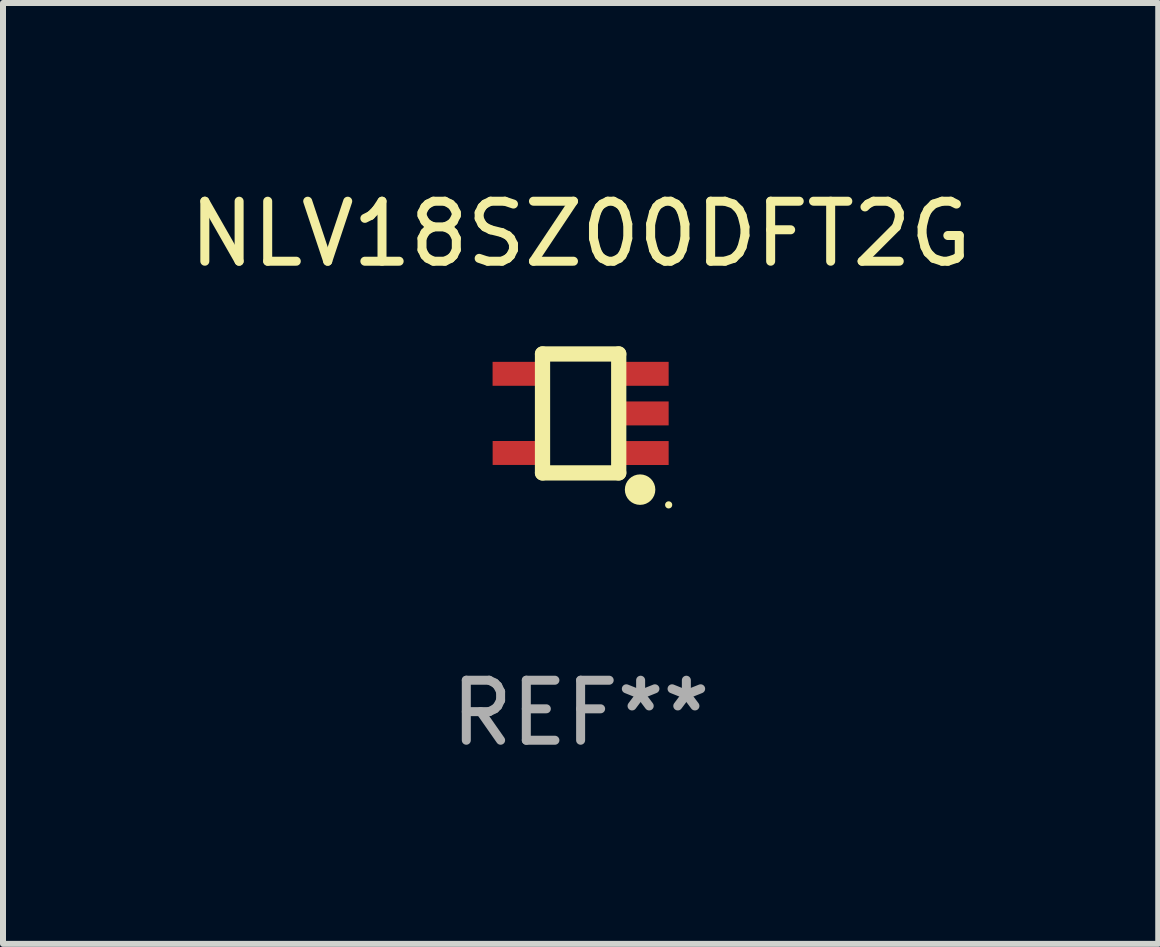
<source format=kicad_pcb>
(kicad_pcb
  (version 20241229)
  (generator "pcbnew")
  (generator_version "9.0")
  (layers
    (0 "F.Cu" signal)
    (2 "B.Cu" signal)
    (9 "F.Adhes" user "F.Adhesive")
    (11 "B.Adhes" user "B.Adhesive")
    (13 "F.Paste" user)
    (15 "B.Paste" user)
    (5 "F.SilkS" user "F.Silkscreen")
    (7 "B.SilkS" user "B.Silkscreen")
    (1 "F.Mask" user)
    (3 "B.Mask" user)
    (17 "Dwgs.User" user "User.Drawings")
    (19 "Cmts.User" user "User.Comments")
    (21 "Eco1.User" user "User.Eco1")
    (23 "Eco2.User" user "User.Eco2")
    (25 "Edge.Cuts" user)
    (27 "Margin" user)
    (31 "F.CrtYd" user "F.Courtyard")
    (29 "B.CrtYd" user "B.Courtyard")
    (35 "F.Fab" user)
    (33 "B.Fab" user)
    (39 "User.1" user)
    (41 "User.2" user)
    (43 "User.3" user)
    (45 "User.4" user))
  (footprint "NLV18SZ00DFT2G"
    (layer "F.Cu")
    (at 6.625 3.839)
    (property "Reference" "NLV18SZ00DFT2G" (at 0 -2.991 0) (layer "F.SilkS") (effects (font (size 1 1) (thickness 0.15))))
    (attr through_hole)
    (fp_line (start -0.635 -0.991) (end 0.635 -0.991) (stroke (width 0.254) (type solid)) (layer "F.SilkS"))
    (fp_line (start -0.635 0.991) (end -0.635 -0.991) (stroke (width 0.254) (type solid)) (layer "F.SilkS"))
    (fp_line (start 0.635 -0.991) (end 0.635 0.991) (stroke (width 0.254) (type solid)) (layer "F.SilkS"))
    (fp_line (start 0.635 0.991) (end -0.635 0.991) (stroke (width 0.254) (type solid)) (layer "F.SilkS"))
    (fp_circle (center 0.991 1.27) (end 1.118 1.27) (stroke (width 0.254) (type solid)) (fill no) (layer "F.SilkS"))
    (fp_circle (center 1.467 1.524) (end 1.497 1.524) (stroke (width 0.06) (type solid)) (fill no) (layer "F.SilkS"))
    (fp_text user "REF**" (at 0 4.991 0) (layer "F.Fab") (effects (font (size 1 1) (thickness 0.15))))
    (pad "1" smd rect (at 1.067 0.66 180) (size 0.8 0.399) (layers "F.Cu" "F.Mask" "F.Paste"))
    (pad "2" smd rect (at 1.067 0 180) (size 0.8 0.399) (layers "F.Cu" "F.Mask" "F.Paste"))
    (pad "3" smd rect (at 1.067 -0.66 180) (size 0.8 0.399) (layers "F.Cu" "F.Mask" "F.Paste"))
    (pad "4" smd rect (at -1.067 -0.66 180) (size 0.8 0.399) (layers "F.Cu" "F.Mask" "F.Paste"))
    (pad "5" smd rect (at -1.066 0.659 180) (size 0.8 0.399) (layers "F.Cu" "F.Mask" "F.Paste")))
  (gr_rect
    (start -3 -3)
    (end 16.25 12.678)
    (stroke (width 0.1) (type default))
    (fill no)
    (layer "Edge.Cuts")))
</source>
